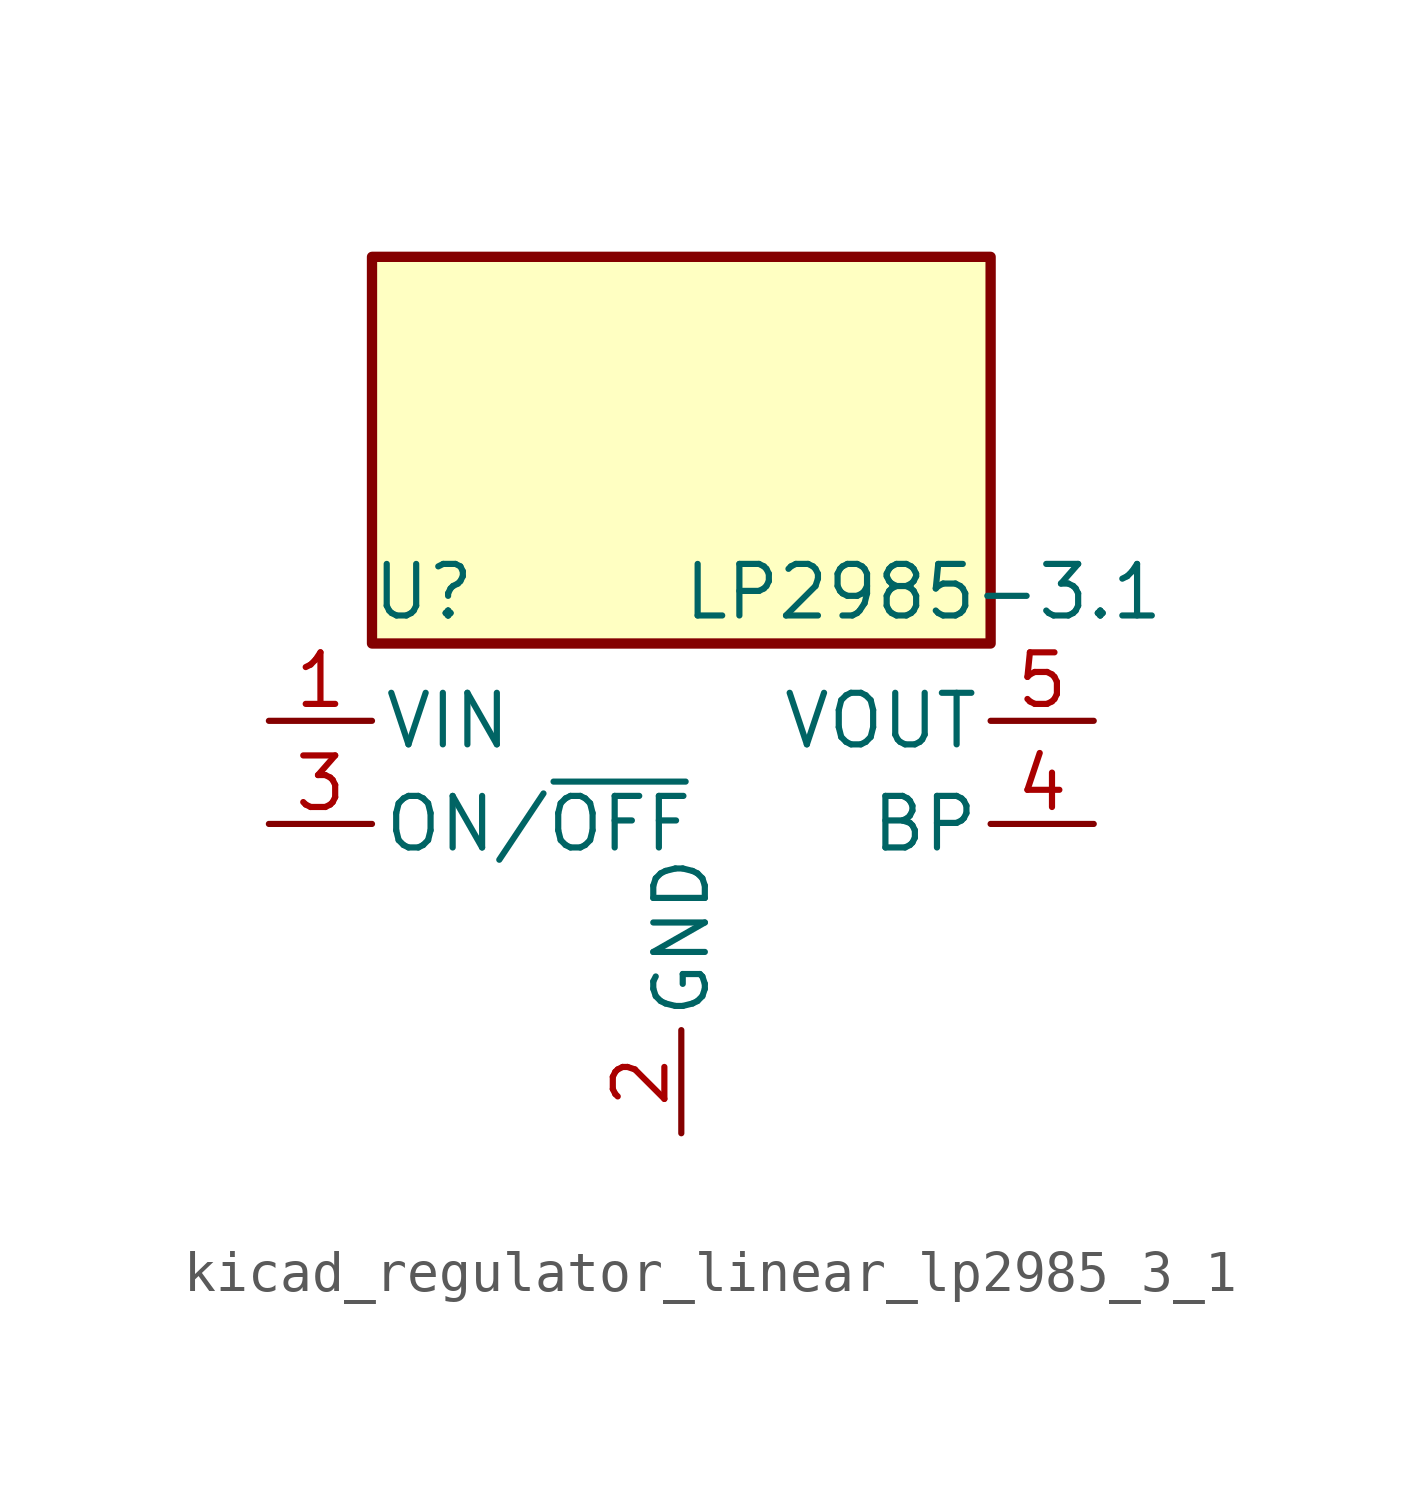
<source format=kicad_sym>
(kicad_symbol_lib
  (version 20220914)
  (generator kicad_symbol_editor)
  (symbol "kicad_regulator_linear_lp2985_3_1"
    (pin_names
      (offset 0.254))
    (property "Reference" "U"
      (at -6.35 5.715 0)
      (effects (font (size 1.27 1.27))))
    (property "Value" "LP2985-3.1"
      (at 0 5.715 0)
      (effects (font (size 1.27 1.27)) (justify left)))
    (symbol "kicad_regulator_linear_lp2985_3_1_0_1"
      (rectangle (start 7.62 13.97) (end -7.62 4.445) (stroke (width 0.254) (type default)) (fill (type background))))
    (symbol "kicad_regulator_linear_lp2985_3_1_1_1"
      (pin power_in line (at -10.16 2.54 0) (length 2.54) (name "VIN" (effects (font (size 1.27 1.27)))) (number "1" (effects (font (size 1.27 1.27)))))
      (pin power_in line (at 0 -7.62 90) (length 2.54) (name "GND" (effects (font (size 1.27 1.27)))) (number "2" (effects (font (size 1.27 1.27)))))
      (pin input line (at -10.16 0 0) (length 2.54) (name "ON/~{OFF}" (effects (font (size 1.27 1.27)))) (number "3" (effects (font (size 1.27 1.27)))))
      (pin input line (at 10.16 0 180) (length 2.54) (name "BP" (effects (font (size 1.27 1.27)))) (number "4" (effects (font (size 1.27 1.27)))))
      (pin power_out line (at 10.16 2.54 180) (length 2.54) (name "VOUT" (effects (font (size 1.27 1.27)))) (number "5" (effects (font (size 1.27 1.27))))))))
</source>
